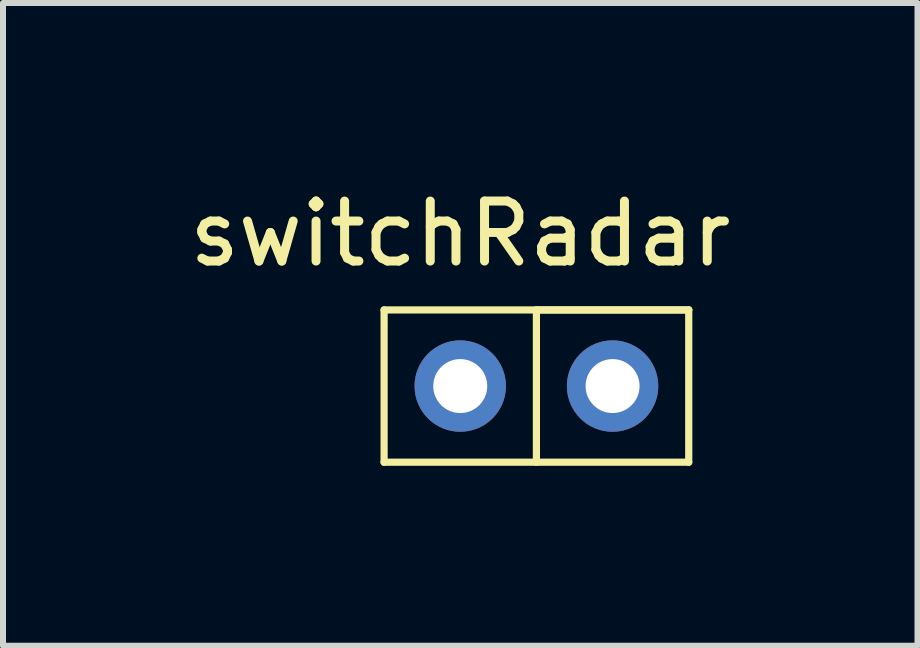
<source format=kicad_pcb>
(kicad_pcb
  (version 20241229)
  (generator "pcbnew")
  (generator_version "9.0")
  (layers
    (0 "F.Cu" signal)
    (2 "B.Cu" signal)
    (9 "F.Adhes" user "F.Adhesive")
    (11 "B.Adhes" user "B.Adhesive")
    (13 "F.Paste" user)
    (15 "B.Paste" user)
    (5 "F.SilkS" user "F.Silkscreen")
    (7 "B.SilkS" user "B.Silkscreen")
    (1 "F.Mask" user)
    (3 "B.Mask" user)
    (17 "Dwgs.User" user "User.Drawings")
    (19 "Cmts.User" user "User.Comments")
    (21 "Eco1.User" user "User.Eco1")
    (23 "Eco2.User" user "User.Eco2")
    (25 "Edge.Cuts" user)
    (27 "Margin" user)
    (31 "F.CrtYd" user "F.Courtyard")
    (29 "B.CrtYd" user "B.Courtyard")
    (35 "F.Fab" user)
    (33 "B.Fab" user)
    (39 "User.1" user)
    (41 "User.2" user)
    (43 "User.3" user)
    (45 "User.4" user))
  (footprint "switchRadar"
    (layer "F.Cu")
    (at 4.625 3.388)
    (property "Reference" "switchRadar" (at 0 -2.54 0) (layer "F.SilkS") (effects (font (size 1 1) (thickness 0.15))))
    (attr through_hole)
    (fp_line (start -1.27 -1.27) (end 3.81 -1.27) (stroke (width 0.12) (type solid)) (layer "F.SilkS"))
    (fp_line (start -1.27 1.27) (end -1.27 -1.27) (stroke (width 0.12) (type solid)) (layer "F.SilkS"))
    (fp_line (start 1.27 -1.27) (end 1.27 1.27) (stroke (width 0.12) (type solid)) (layer "F.SilkS"))
    (fp_line (start 3.81 -1.27) (end 1.27 -1.27) (stroke (width 0.12) (type solid)) (layer "F.SilkS"))
    (fp_line (start 3.81 -1.27) (end 3.81 1.27) (stroke (width 0.12) (type solid)) (layer "F.SilkS"))
    (fp_line (start 3.81 1.27) (end -1.27 1.27) (stroke (width 0.12) (type solid)) (layer "F.SilkS"))
    (pad "1" thru_hole circle (at 0 0) (size 1.524 1.524) (drill 0.9) (layers "*.Cu" "*.Mask"))
    (pad "2" thru_hole circle (at 2.54 0) (size 1.524 1.524) (drill 0.9) (layers "*.Cu" "*.Mask")))
  (gr_rect
    (start -3 -3)
    (end 12.25 7.718)
    (stroke (width 0.1) (type default))
    (fill no)
    (layer "Edge.Cuts")))
</source>
